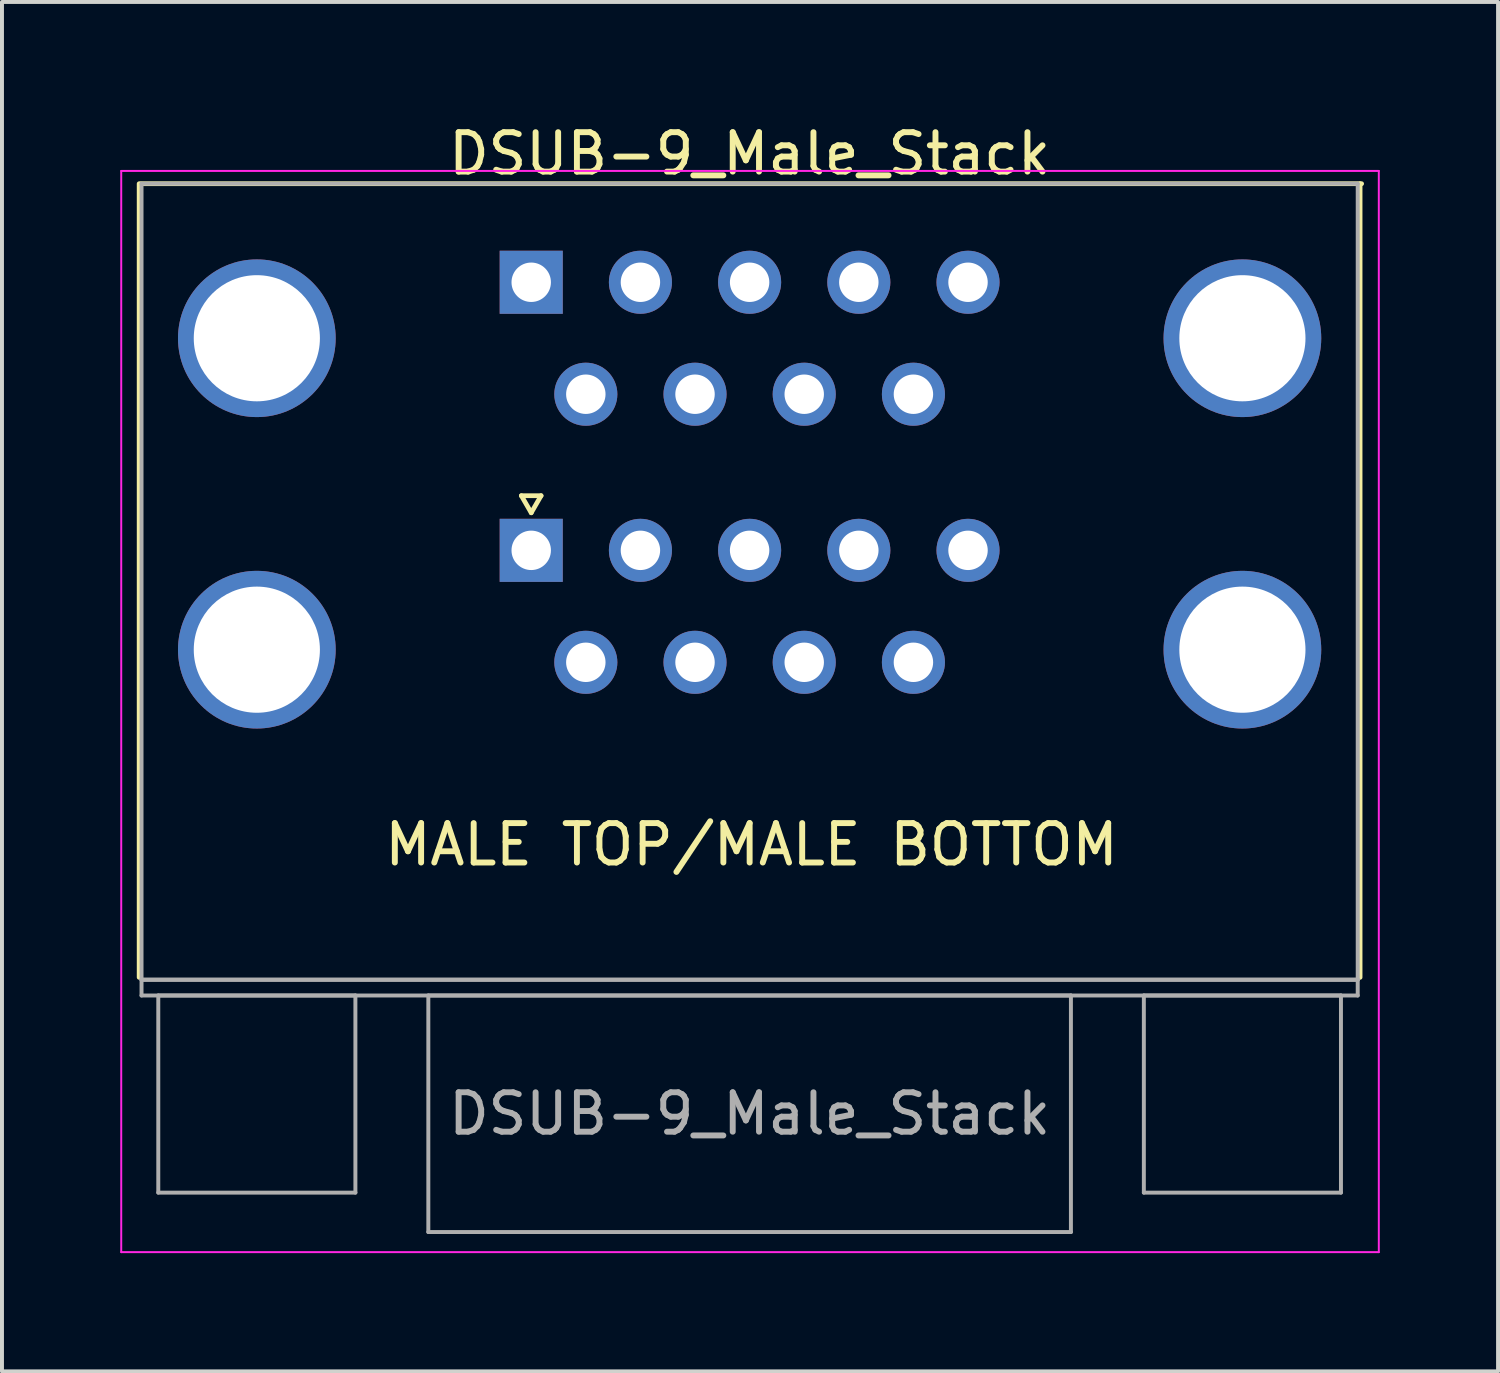
<source format=kicad_pcb>
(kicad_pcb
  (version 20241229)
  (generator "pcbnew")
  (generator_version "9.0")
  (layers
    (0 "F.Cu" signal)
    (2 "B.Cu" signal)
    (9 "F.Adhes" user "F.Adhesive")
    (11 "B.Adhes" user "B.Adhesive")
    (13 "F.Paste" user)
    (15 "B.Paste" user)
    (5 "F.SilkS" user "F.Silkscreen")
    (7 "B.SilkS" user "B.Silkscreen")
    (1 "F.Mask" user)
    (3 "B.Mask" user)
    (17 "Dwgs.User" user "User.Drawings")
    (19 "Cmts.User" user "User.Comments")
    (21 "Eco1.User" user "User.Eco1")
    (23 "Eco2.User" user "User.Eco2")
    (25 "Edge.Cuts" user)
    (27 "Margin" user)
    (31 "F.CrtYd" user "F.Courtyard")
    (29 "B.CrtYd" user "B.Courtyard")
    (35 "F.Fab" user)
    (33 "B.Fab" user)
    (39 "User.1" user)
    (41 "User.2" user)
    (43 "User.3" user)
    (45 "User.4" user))
  (footprint "DSUB-9_Male_Stack"
    (layer "F.Cu")
    (at 16.013 21.93)
    (property "Reference" "DSUB-9_Male_Stack" (at -0.048 -21.082 0) (layer "F.SilkS") (effects (font (size 1 1) (thickness 0.15))))
    (attr through_hole)
    (fp_line (start -15.533 -0.188) (end -15.533 -20.32) (stroke (width 0.12) (type solid)) (layer "F.SilkS"))
    (fp_line (start -15.494 -20.32) (end 15.476 -20.32) (stroke (width 0.12) (type solid)) (layer "F.SilkS"))
    (fp_line (start -5.838 -12.406) (end -5.338 -12.406) (stroke (width 0.12) (type solid)) (layer "F.SilkS"))
    (fp_line (start -5.588 -11.973) (end -5.838 -12.406) (stroke (width 0.12) (type solid)) (layer "F.SilkS"))
    (fp_line (start -5.338 -12.406) (end -5.588 -11.973) (stroke (width 0.12) (type solid)) (layer "F.SilkS"))
    (fp_line (start 15.437 -20.32) (end 15.437 -0.188) (stroke (width 0.12) (type solid)) (layer "F.SilkS"))
    (fp_line (start -15.988 -20.644) (end -15.988 6.782) (stroke (width 0.05) (type solid)) (layer "F.CrtYd"))
    (fp_line (start -15.988 6.782) (end 15.912 6.782) (stroke (width 0.05) (type solid)) (layer "F.CrtYd"))
    (fp_line (start 15.912 -20.644) (end -15.988 -20.644) (stroke (width 0.05) (type solid)) (layer "F.CrtYd"))
    (fp_line (start 15.912 6.782) (end 15.912 -20.644) (stroke (width 0.05) (type solid)) (layer "F.CrtYd"))
    (fp_line (start -15.473 -20.32) (end -15.473 -0.128) (stroke (width 0.1) (type solid)) (layer "F.Fab"))
    (fp_line (start -15.473 -0.128) (end -15.473 0.272) (stroke (width 0.1) (type solid)) (layer "F.Fab"))
    (fp_line (start -15.473 -0.128) (end 15.377 -0.128) (stroke (width 0.1) (type solid)) (layer "F.Fab"))
    (fp_line (start -15.473 0.272) (end 15.377 0.272) (stroke (width 0.1) (type solid)) (layer "F.Fab"))
    (fp_line (start -15.048 0.272) (end -15.048 5.272) (stroke (width 0.1) (type solid)) (layer "F.Fab"))
    (fp_line (start -15.048 5.272) (end -10.048 5.272) (stroke (width 0.1) (type solid)) (layer "F.Fab"))
    (fp_line (start -10.048 0.272) (end -15.048 0.272) (stroke (width 0.1) (type solid)) (layer "F.Fab"))
    (fp_line (start -10.048 5.272) (end -10.048 0.272) (stroke (width 0.1) (type solid)) (layer "F.Fab"))
    (fp_line (start -8.198 0.272) (end -8.198 6.272) (stroke (width 0.1) (type solid)) (layer "F.Fab"))
    (fp_line (start -8.198 6.272) (end 8.102 6.272) (stroke (width 0.1) (type solid)) (layer "F.Fab"))
    (fp_line (start 8.102 0.272) (end -8.198 0.272) (stroke (width 0.1) (type solid)) (layer "F.Fab"))
    (fp_line (start 8.102 6.272) (end 8.102 0.272) (stroke (width 0.1) (type solid)) (layer "F.Fab"))
    (fp_line (start 9.952 0.272) (end 9.952 5.272) (stroke (width 0.1) (type solid)) (layer "F.Fab"))
    (fp_line (start 9.952 5.272) (end 14.952 5.272) (stroke (width 0.1) (type solid)) (layer "F.Fab"))
    (fp_line (start 14.952 0.272) (end 9.952 0.272) (stroke (width 0.1) (type solid)) (layer "F.Fab"))
    (fp_line (start 14.952 5.272) (end 14.952 0.272) (stroke (width 0.1) (type solid)) (layer "F.Fab"))
    (fp_line (start 15.377 -20.32) (end -15.473 -20.32) (stroke (width 0.1) (type solid)) (layer "F.Fab"))
    (fp_line (start 15.377 -0.128) (end -15.473 -0.128) (stroke (width 0.1) (type solid)) (layer "F.Fab"))
    (fp_line (start 15.377 -0.128) (end 15.377 -20.32) (stroke (width 0.1) (type solid)) (layer "F.Fab"))
    (fp_line (start 15.377 0.272) (end 15.377 -0.128) (stroke (width 0.1) (type solid)) (layer "F.Fab"))
    (fp_text user "MALE TOP/MALE BOTTOM" (at 0 -3.556 0) (layer "F.SilkS") (effects (font (size 1 1) (thickness 0.15))))
    (fp_text user "${REFERENCE}" (at -0.048 3.272 0) (layer "F.Fab") (effects (font (size 1 1) (thickness 0.15))))
    (pad "1" thru_hole rect (at -5.588 -11.02) (size 1.6 1.6) (drill 1) (layers "*.Cu" "*.Mask"))
    (pad "2" thru_hole circle (at -2.818 -11.02) (size 1.6 1.6) (drill 1) (layers "*.Cu" "*.Mask"))
    (pad "3" thru_hole circle (at -0.048 -11.02) (size 1.6 1.6) (drill 1) (layers "*.Cu" "*.Mask"))
    (pad "4" thru_hole circle (at 2.722 -11.02) (size 1.6 1.6) (drill 1) (layers "*.Cu" "*.Mask"))
    (pad "5" thru_hole circle (at 5.492 -11.02) (size 1.6 1.6) (drill 1) (layers "*.Cu" "*.Mask"))
    (pad "6" thru_hole circle (at -4.203 -8.18) (size 1.6 1.6) (drill 1) (layers "*.Cu" "*.Mask"))
    (pad "7" thru_hole circle (at -1.433 -8.18) (size 1.6 1.6) (drill 1) (layers "*.Cu" "*.Mask"))
    (pad "8" thru_hole circle (at 1.337 -8.18) (size 1.6 1.6) (drill 1) (layers "*.Cu" "*.Mask"))
    (pad "9" thru_hole circle (at 4.107 -8.18) (size 1.6 1.6) (drill 1) (layers "*.Cu" "*.Mask"))
    (pad "10" thru_hole rect (at -5.588 -17.82) (size 1.6 1.6) (drill 1) (layers "*.Cu" "*.Mask"))
    (pad "11" thru_hole circle (at -2.818 -17.82) (size 1.6 1.6) (drill 1) (layers "*.Cu" "*.Mask"))
    (pad "12" thru_hole circle (at -0.048 -17.82) (size 1.6 1.6) (drill 1) (layers "*.Cu" "*.Mask"))
    (pad "13" thru_hole circle (at 2.722 -17.82) (size 1.6 1.6) (drill 1) (layers "*.Cu" "*.Mask"))
    (pad "14" thru_hole circle (at 5.492 -17.82) (size 1.6 1.6) (drill 1) (layers "*.Cu" "*.Mask"))
    (pad "15" thru_hole circle (at -4.203 -14.98) (size 1.6 1.6) (drill 1) (layers "*.Cu" "*.Mask"))
    (pad "16" thru_hole circle (at -1.433 -14.98) (size 1.6 1.6) (drill 1) (layers "*.Cu" "*.Mask"))
    (pad "17" thru_hole circle (at 1.337 -14.98) (size 1.6 1.6) (drill 1) (layers "*.Cu" "*.Mask"))
    (pad "18" thru_hole circle (at 4.107 -14.98) (size 1.6 1.6) (drill 1) (layers "*.Cu" "*.Mask"))
    (pad "19" thru_hole circle (at -12.548 -16.4) (size 4 4) (drill 3.2) (layers "*.Cu" "*.Mask"))
    (pad "19" thru_hole circle (at -12.548 -8.5) (size 4 4) (drill 3.2) (layers "*.Cu" "*.Mask"))
    (pad "19" thru_hole circle (at 12.452 -16.4) (size 4 4) (drill 3.2) (layers "*.Cu" "*.Mask"))
    (pad "19" thru_hole circle (at 12.452 -8.5) (size 4 4) (drill 3.2) (layers "*.Cu" "*.Mask")))
  (gr_rect
    (start -3 -3)
    (end 34.95 31.737)
    (stroke (width 0.1) (type default))
    (fill no)
    (layer "Edge.Cuts")))
</source>
